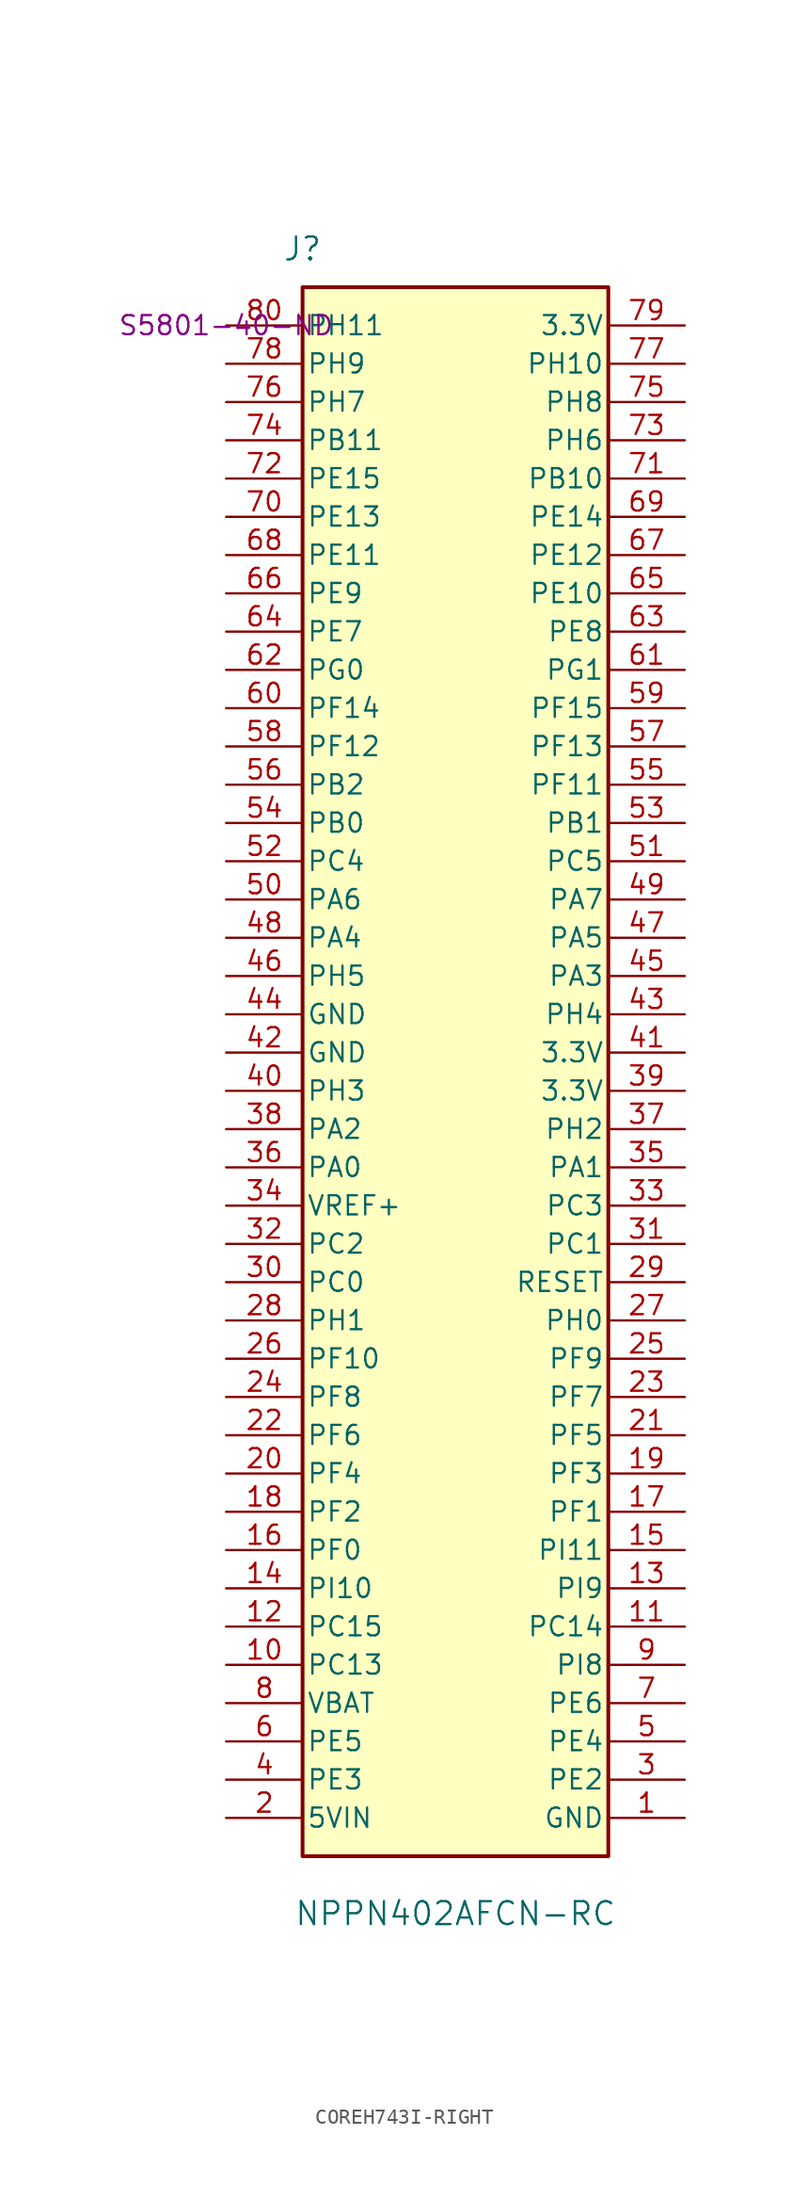
<source format=kicad_sym>
(kicad_symbol_lib
  (version 20231120)
  (generator "kicad_symbol_editor")
  (generator_version "8.0")
  (symbol "COREH743I-RIGHT"
    (pin_names
      (offset 0.254))
    (property "Reference" "J"
      (at 5.08 5.08 0)
      (effects (font (size 1.524 1.524))))
    (property "Value" "NPPN402AFCN-RC"
      (at 15.24 -105.41 0)
      (effects (font (size 1.524 1.524))))
    (property "Digikey part number" "S5801-40-ND"
      (at 0 0 0)
      (effects (font (size 1.27 1.27))))
    (symbol "COREH743I-RIGHT_1_1"
      (rectangle (start 5.08 2.54) (end 25.4 -101.6) (stroke (width 0.254) (type default)) (fill (type background)))
      (pin power_in line (at 30.48 -99.06 180) (length 5.08) (name "GND" (effects (font (size 1.27 1.27)))) (number "1" (effects (font (size 1.27 1.27)))))
      (pin bidirectional line (at 0 -88.9 0) (length 5.08) (name "PC13" (effects (font (size 1.27 1.27)))) (number "10" (effects (font (size 1.27 1.27)))))
      (pin bidirectional line (at 30.48 -86.36 180) (length 5.08) (name "PC14" (effects (font (size 1.27 1.27)))) (number "11" (effects (font (size 1.27 1.27)))))
      (pin bidirectional line (at 0 -86.36 0) (length 5.08) (name "PC15" (effects (font (size 1.27 1.27)))) (number "12" (effects (font (size 1.27 1.27)))))
      (pin bidirectional line (at 30.48 -83.82 180) (length 5.08) (name "PI9" (effects (font (size 1.27 1.27)))) (number "13" (effects (font (size 1.27 1.27)))))
      (pin bidirectional line (at 0 -83.82 0) (length 5.08) (name "PI10" (effects (font (size 1.27 1.27)))) (number "14" (effects (font (size 1.27 1.27)))))
      (pin bidirectional line (at 30.48 -81.28 180) (length 5.08) (name "PI11" (effects (font (size 1.27 1.27)))) (number "15" (effects (font (size 1.27 1.27)))))
      (pin bidirectional line (at 0 -81.28 0) (length 5.08) (name "PF0" (effects (font (size 1.27 1.27)))) (number "16" (effects (font (size 1.27 1.27)))))
      (pin bidirectional line (at 30.48 -78.74 180) (length 5.08) (name "PF1" (effects (font (size 1.27 1.27)))) (number "17" (effects (font (size 1.27 1.27)))))
      (pin bidirectional line (at 0 -78.74 0) (length 5.08) (name "PF2" (effects (font (size 1.27 1.27)))) (number "18" (effects (font (size 1.27 1.27)))))
      (pin bidirectional line (at 30.48 -76.2 180) (length 5.08) (name "PF3" (effects (font (size 1.27 1.27)))) (number "19" (effects (font (size 1.27 1.27)))))
      (pin power_in line (at 0 -99.06 0) (length 5.08) (name "5VIN" (effects (font (size 1.27 1.27)))) (number "2" (effects (font (size 1.27 1.27)))))
      (pin bidirectional line (at 0 -76.2 0) (length 5.08) (name "PF4" (effects (font (size 1.27 1.27)))) (number "20" (effects (font (size 1.27 1.27)))))
      (pin bidirectional line (at 30.48 -73.66 180) (length 5.08) (name "PF5" (effects (font (size 1.27 1.27)))) (number "21" (effects (font (size 1.27 1.27)))))
      (pin bidirectional line (at 0 -73.66 0) (length 5.08) (name "PF6" (effects (font (size 1.27 1.27)))) (number "22" (effects (font (size 1.27 1.27)))))
      (pin bidirectional line (at 30.48 -71.12 180) (length 5.08) (name "PF7" (effects (font (size 1.27 1.27)))) (number "23" (effects (font (size 1.27 1.27)))))
      (pin bidirectional line (at 0 -71.12 0) (length 5.08) (name "PF8" (effects (font (size 1.27 1.27)))) (number "24" (effects (font (size 1.27 1.27)))))
      (pin bidirectional line (at 30.48 -68.58 180) (length 5.08) (name "PF9" (effects (font (size 1.27 1.27)))) (number "25" (effects (font (size 1.27 1.27)))))
      (pin bidirectional line (at 0 -68.58 0) (length 5.08) (name "PF10" (effects (font (size 1.27 1.27)))) (number "26" (effects (font (size 1.27 1.27)))))
      (pin bidirectional line (at 30.48 -66.04 180) (length 5.08) (name "PH0" (effects (font (size 1.27 1.27)))) (number "27" (effects (font (size 1.27 1.27)))))
      (pin bidirectional line (at 0 -66.04 0) (length 5.08) (name "PH1" (effects (font (size 1.27 1.27)))) (number "28" (effects (font (size 1.27 1.27)))))
      (pin bidirectional line (at 30.48 -63.5 180) (length 5.08) (name "RESET" (effects (font (size 1.27 1.27)))) (number "29" (effects (font (size 1.27 1.27)))))
      (pin bidirectional line (at 30.48 -96.52 180) (length 5.08) (name "PE2" (effects (font (size 1.27 1.27)))) (number "3" (effects (font (size 1.27 1.27)))))
      (pin bidirectional line (at 0 -63.5 0) (length 5.08) (name "PC0" (effects (font (size 1.27 1.27)))) (number "30" (effects (font (size 1.27 1.27)))))
      (pin bidirectional line (at 30.48 -60.96 180) (length 5.08) (name "PC1" (effects (font (size 1.27 1.27)))) (number "31" (effects (font (size 1.27 1.27)))))
      (pin bidirectional line (at 0 -60.96 0) (length 5.08) (name "PC2" (effects (font (size 1.27 1.27)))) (number "32" (effects (font (size 1.27 1.27)))))
      (pin bidirectional line (at 30.48 -58.42 180) (length 5.08) (name "PC3" (effects (font (size 1.27 1.27)))) (number "33" (effects (font (size 1.27 1.27)))))
      (pin bidirectional line (at 0 -58.42 0) (length 5.08) (name "VREF+" (effects (font (size 1.27 1.27)))) (number "34" (effects (font (size 1.27 1.27)))))
      (pin bidirectional line (at 30.48 -55.88 180) (length 5.08) (name "PA1" (effects (font (size 1.27 1.27)))) (number "35" (effects (font (size 1.27 1.27)))))
      (pin bidirectional line (at 0 -55.88 0) (length 5.08) (name "PA0" (effects (font (size 1.27 1.27)))) (number "36" (effects (font (size 1.27 1.27)))))
      (pin bidirectional line (at 30.48 -53.34 180) (length 5.08) (name "PH2" (effects (font (size 1.27 1.27)))) (number "37" (effects (font (size 1.27 1.27)))))
      (pin bidirectional line (at 0 -53.34 0) (length 5.08) (name "PA2" (effects (font (size 1.27 1.27)))) (number "38" (effects (font (size 1.27 1.27)))))
      (pin power_in line (at 30.48 -50.8 180) (length 5.08) (name "3.3V" (effects (font (size 1.27 1.27)))) (number "39" (effects (font (size 1.27 1.27)))))
      (pin bidirectional line (at 0 -96.52 0) (length 5.08) (name "PE3" (effects (font (size 1.27 1.27)))) (number "4" (effects (font (size 1.27 1.27)))))
      (pin bidirectional line (at 0 -50.8 0) (length 5.08) (name "PH3" (effects (font (size 1.27 1.27)))) (number "40" (effects (font (size 1.27 1.27)))))
      (pin power_in line (at 30.48 -48.26 180) (length 5.08) (name "3.3V" (effects (font (size 1.27 1.27)))) (number "41" (effects (font (size 1.27 1.27)))))
      (pin power_in line (at 0 -48.26 0) (length 5.08) (name "GND" (effects (font (size 1.27 1.27)))) (number "42" (effects (font (size 1.27 1.27)))))
      (pin bidirectional line (at 30.48 -45.72 180) (length 5.08) (name "PH4" (effects (font (size 1.27 1.27)))) (number "43" (effects (font (size 1.27 1.27)))))
      (pin power_in line (at 0 -45.72 0) (length 5.08) (name "GND" (effects (font (size 1.27 1.27)))) (number "44" (effects (font (size 1.27 1.27)))))
      (pin bidirectional line (at 30.48 -43.18 180) (length 5.08) (name "PA3" (effects (font (size 1.27 1.27)))) (number "45" (effects (font (size 1.27 1.27)))))
      (pin bidirectional line (at 0 -43.18 0) (length 5.08) (name "PH5" (effects (font (size 1.27 1.27)))) (number "46" (effects (font (size 1.27 1.27)))))
      (pin bidirectional line (at 30.48 -40.64 180) (length 5.08) (name "PA5" (effects (font (size 1.27 1.27)))) (number "47" (effects (font (size 1.27 1.27)))))
      (pin bidirectional line (at 0 -40.64 0) (length 5.08) (name "PA4" (effects (font (size 1.27 1.27)))) (number "48" (effects (font (size 1.27 1.27)))))
      (pin bidirectional line (at 30.48 -38.1 180) (length 5.08) (name "PA7" (effects (font (size 1.27 1.27)))) (number "49" (effects (font (size 1.27 1.27)))))
      (pin bidirectional line (at 30.48 -93.98 180) (length 5.08) (name "PE4" (effects (font (size 1.27 1.27)))) (number "5" (effects (font (size 1.27 1.27)))))
      (pin bidirectional line (at 0 -38.1 0) (length 5.08) (name "PA6" (effects (font (size 1.27 1.27)))) (number "50" (effects (font (size 1.27 1.27)))))
      (pin bidirectional line (at 30.48 -35.56 180) (length 5.08) (name "PC5" (effects (font (size 1.27 1.27)))) (number "51" (effects (font (size 1.27 1.27)))) (alternate "OTG_FS_DM" bidirectional line))
      (pin bidirectional line (at 0 -35.56 0) (length 5.08) (name "PC4" (effects (font (size 1.27 1.27)))) (number "52" (effects (font (size 1.27 1.27)))))
      (pin bidirectional line (at 30.48 -33.02 180) (length 5.08) (name "PB1" (effects (font (size 1.27 1.27)))) (number "53" (effects (font (size 1.27 1.27)))) (alternate "USART1_TX" bidirectional line))
      (pin bidirectional line (at 0 -33.02 0) (length 5.08) (name "PB0" (effects (font (size 1.27 1.27)))) (number "54" (effects (font (size 1.27 1.27)))))
      (pin bidirectional line (at 30.48 -30.48 180) (length 5.08) (name "PF11" (effects (font (size 1.27 1.27)))) (number "55" (effects (font (size 1.27 1.27)))))
      (pin bidirectional line (at 0 -30.48 0) (length 5.08) (name "PB2" (effects (font (size 1.27 1.27)))) (number "56" (effects (font (size 1.27 1.27)))))
      (pin bidirectional line (at 30.48 -27.94 180) (length 5.08) (name "PF13" (effects (font (size 1.27 1.27)))) (number "57" (effects (font (size 1.27 1.27)))))
      (pin bidirectional line (at 0 -27.94 0) (length 5.08) (name "PF12" (effects (font (size 1.27 1.27)))) (number "58" (effects (font (size 1.27 1.27)))))
      (pin bidirectional line (at 30.48 -25.4 180) (length 5.08) (name "PF15" (effects (font (size 1.27 1.27)))) (number "59" (effects (font (size 1.27 1.27)))))
      (pin bidirectional line (at 0 -93.98 0) (length 5.08) (name "PE5" (effects (font (size 1.27 1.27)))) (number "6" (effects (font (size 1.27 1.27)))))
      (pin bidirectional line (at 0 -25.4 0) (length 5.08) (name "PF14" (effects (font (size 1.27 1.27)))) (number "60" (effects (font (size 1.27 1.27)))))
      (pin bidirectional line (at 30.48 -22.86 180) (length 5.08) (name "PG1" (effects (font (size 1.27 1.27)))) (number "61" (effects (font (size 1.27 1.27)))))
      (pin bidirectional line (at 0 -22.86 0) (length 5.08) (name "PG0" (effects (font (size 1.27 1.27)))) (number "62" (effects (font (size 1.27 1.27)))))
      (pin bidirectional line (at 30.48 -20.32 180) (length 5.08) (name "PE8" (effects (font (size 1.27 1.27)))) (number "63" (effects (font (size 1.27 1.27)))))
      (pin bidirectional line (at 0 -20.32 0) (length 5.08) (name "PE7" (effects (font (size 1.27 1.27)))) (number "64" (effects (font (size 1.27 1.27)))))
      (pin bidirectional line (at 30.48 -17.78 180) (length 5.08) (name "PE10" (effects (font (size 1.27 1.27)))) (number "65" (effects (font (size 1.27 1.27)))))
      (pin bidirectional line (at 0 -17.78 0) (length 5.08) (name "PE9" (effects (font (size 1.27 1.27)))) (number "66" (effects (font (size 1.27 1.27)))))
      (pin bidirectional line (at 30.48 -15.24 180) (length 5.08) (name "PE12" (effects (font (size 1.27 1.27)))) (number "67" (effects (font (size 1.27 1.27)))))
      (pin bidirectional line (at 0 -15.24 0) (length 5.08) (name "PE11" (effects (font (size 1.27 1.27)))) (number "68" (effects (font (size 1.27 1.27)))))
      (pin bidirectional line (at 30.48 -12.7 180) (length 5.08) (name "PE14" (effects (font (size 1.27 1.27)))) (number "69" (effects (font (size 1.27 1.27)))))
      (pin bidirectional line (at 30.48 -91.44 180) (length 5.08) (name "PE6" (effects (font (size 1.27 1.27)))) (number "7" (effects (font (size 1.27 1.27)))))
      (pin bidirectional line (at 0 -12.7 0) (length 5.08) (name "PE13" (effects (font (size 1.27 1.27)))) (number "70" (effects (font (size 1.27 1.27)))))
      (pin bidirectional line (at 30.48 -10.16 180) (length 5.08) (name "PB10" (effects (font (size 1.27 1.27)))) (number "71" (effects (font (size 1.27 1.27)))))
      (pin bidirectional line (at 0 -10.16 0) (length 5.08) (name "PE15" (effects (font (size 1.27 1.27)))) (number "72" (effects (font (size 1.27 1.27)))))
      (pin bidirectional line (at 30.48 -7.62 180) (length 5.08) (name "PH6" (effects (font (size 1.27 1.27)))) (number "73" (effects (font (size 1.27 1.27)))))
      (pin bidirectional line (at 0 -7.62 0) (length 5.08) (name "PB11" (effects (font (size 1.27 1.27)))) (number "74" (effects (font (size 1.27 1.27)))))
      (pin bidirectional line (at 30.48 -5.08 180) (length 5.08) (name "PH8" (effects (font (size 1.27 1.27)))) (number "75" (effects (font (size 1.27 1.27)))))
      (pin bidirectional line (at 0 -5.08 0) (length 5.08) (name "PH7" (effects (font (size 1.27 1.27)))) (number "76" (effects (font (size 1.27 1.27)))))
      (pin bidirectional line (at 30.48 -2.54 180) (length 5.08) (name "PH10" (effects (font (size 1.27 1.27)))) (number "77" (effects (font (size 1.27 1.27)))))
      (pin bidirectional line (at 0 -2.54 0) (length 5.08) (name "PH9" (effects (font (size 1.27 1.27)))) (number "78" (effects (font (size 1.27 1.27)))))
      (pin power_in line (at 30.48 0 180) (length 5.08) (name "3.3V" (effects (font (size 1.27 1.27)))) (number "79" (effects (font (size 1.27 1.27)))))
      (pin bidirectional line (at 0 -91.44 0) (length 5.08) (name "VBAT" (effects (font (size 1.27 1.27)))) (number "8" (effects (font (size 1.27 1.27)))))
      (pin bidirectional line (at 0 0 0) (length 5.08) (name "PH11" (effects (font (size 1.27 1.27)))) (number "80" (effects (font (size 1.27 1.27)))))
      (pin bidirectional line (at 30.48 -88.9 180) (length 5.08) (name "PI8" (effects (font (size 1.27 1.27)))) (number "9" (effects (font (size 1.27 1.27))))))))
</source>
